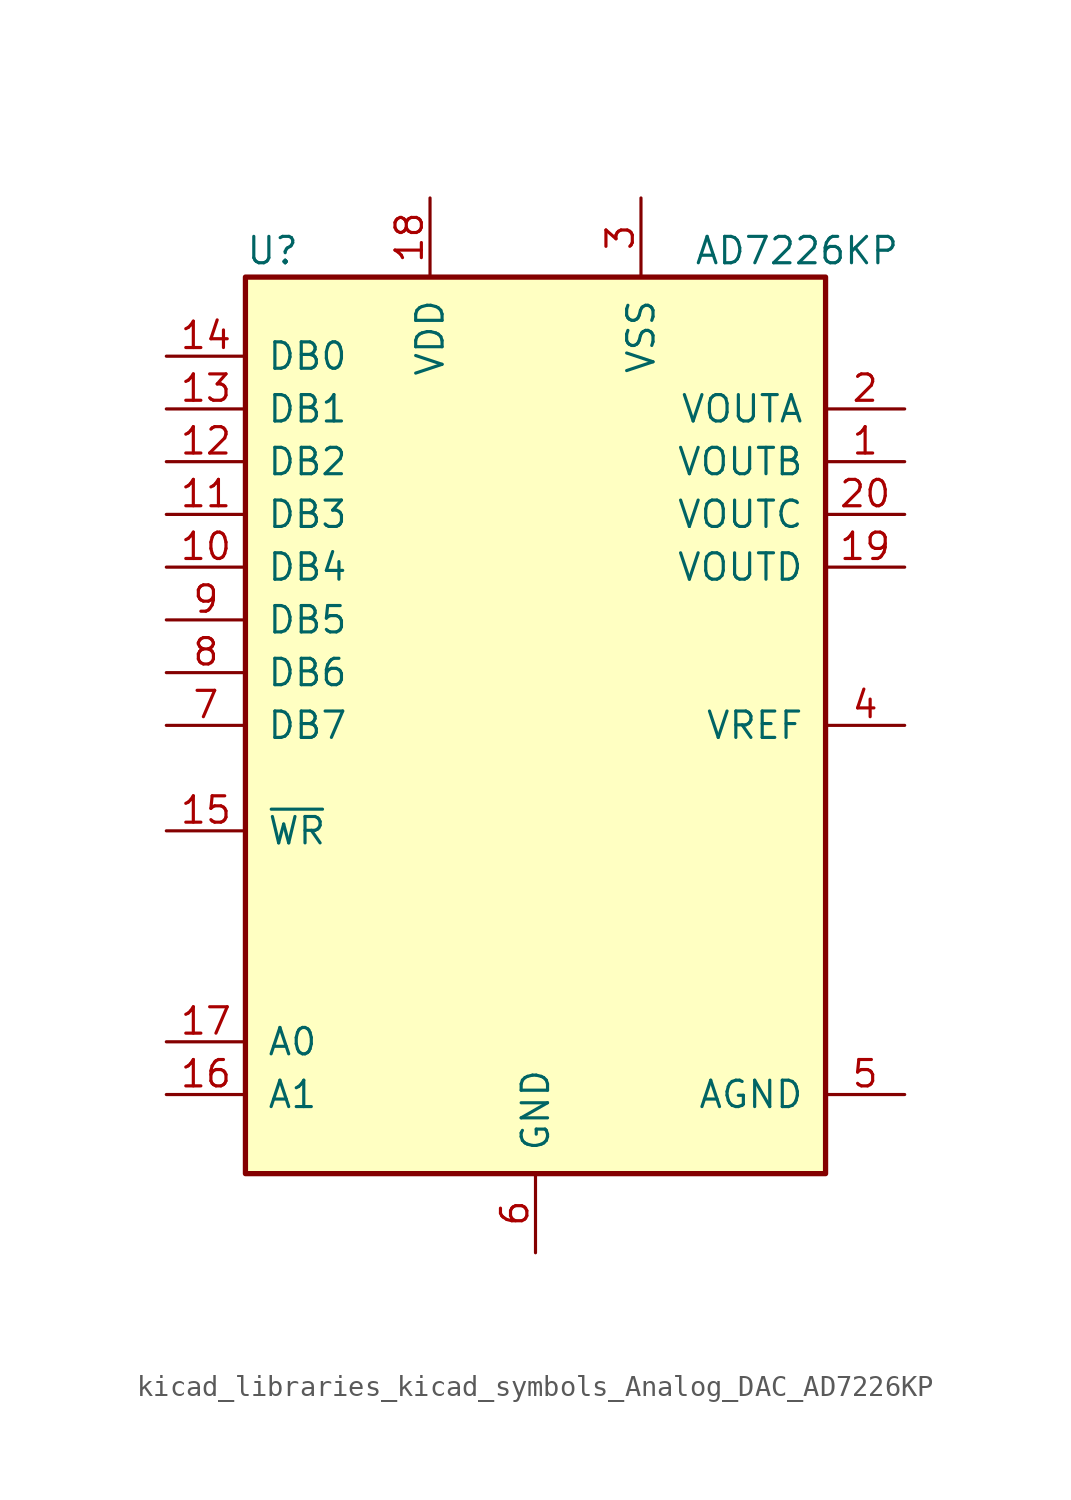
<source format=kicad_sym>
(kicad_symbol_lib
  (version 20220914)
  (generator kicad_symbol_editor)
  (symbol "kicad_libraries_kicad_symbols_Analog_DAC_AD7226KP"
    (pin_names
      (offset 1.016))
    (property "Reference" "U"
      (at -13.97 22.86 0)
      (effects (font (size 1.27 1.27)) (justify left)))
    (property "Value" "AD7226KP"
      (at 7.62 22.86 0)
      (effects (font (size 1.27 1.27)) (justify left)))
    (symbol "kicad_libraries_kicad_symbols_Analog_DAC_AD7226KP_0_1"
      (rectangle (start -13.97 -21.59) (end 13.97 21.59) (stroke (width 0.254) (type default)) (fill (type background))))
    (symbol "kicad_libraries_kicad_symbols_Analog_DAC_AD7226KP_1_1"
      (pin output line (at 17.78 12.7 180) (length 3.81) (name "VOUTB" (effects (font (size 1.27 1.27)))) (number "1" (effects (font (size 1.27 1.27)))))
      (pin input line (at -17.78 7.62 0) (length 3.81) (name "DB4" (effects (font (size 1.27 1.27)))) (number "10" (effects (font (size 1.27 1.27)))))
      (pin input line (at -17.78 10.16 0) (length 3.81) (name "DB3" (effects (font (size 1.27 1.27)))) (number "11" (effects (font (size 1.27 1.27)))))
      (pin input line (at -17.78 12.7 0) (length 3.81) (name "DB2" (effects (font (size 1.27 1.27)))) (number "12" (effects (font (size 1.27 1.27)))))
      (pin input line (at -17.78 15.24 0) (length 3.81) (name "DB1" (effects (font (size 1.27 1.27)))) (number "13" (effects (font (size 1.27 1.27)))))
      (pin input line (at -17.78 17.78 0) (length 3.81) (name "DB0" (effects (font (size 1.27 1.27)))) (number "14" (effects (font (size 1.27 1.27)))))
      (pin input line (at -17.78 -5.08 0) (length 3.81) (name "~{WR}" (effects (font (size 1.27 1.27)))) (number "15" (effects (font (size 1.27 1.27)))))
      (pin input line (at -17.78 -17.78 0) (length 3.81) (name "A1" (effects (font (size 1.27 1.27)))) (number "16" (effects (font (size 1.27 1.27)))))
      (pin input line (at -17.78 -15.24 0) (length 3.81) (name "A0" (effects (font (size 1.27 1.27)))) (number "17" (effects (font (size 1.27 1.27)))))
      (pin power_in line (at -5.08 25.4 270) (length 3.81) (name "VDD" (effects (font (size 1.27 1.27)))) (number "18" (effects (font (size 1.27 1.27)))))
      (pin output line (at 17.78 7.62 180) (length 3.81) (name "VOUTD" (effects (font (size 1.27 1.27)))) (number "19" (effects (font (size 1.27 1.27)))))
      (pin output line (at 17.78 15.24 180) (length 3.81) (name "VOUTA" (effects (font (size 1.27 1.27)))) (number "2" (effects (font (size 1.27 1.27)))))
      (pin output line (at 17.78 10.16 180) (length 3.81) (name "VOUTC" (effects (font (size 1.27 1.27)))) (number "20" (effects (font (size 1.27 1.27)))))
      (pin power_in line (at 5.08 25.4 270) (length 3.81) (name "VSS" (effects (font (size 1.27 1.27)))) (number "3" (effects (font (size 1.27 1.27)))))
      (pin input line (at 17.78 0 180) (length 3.81) (name "VREF" (effects (font (size 1.27 1.27)))) (number "4" (effects (font (size 1.27 1.27)))))
      (pin input line (at 17.78 -17.78 180) (length 3.81) (name "AGND" (effects (font (size 1.27 1.27)))) (number "5" (effects (font (size 1.27 1.27)))))
      (pin power_in line (at 0 -25.4 90) (length 3.81) (name "GND" (effects (font (size 1.27 1.27)))) (number "6" (effects (font (size 1.27 1.27)))))
      (pin input line (at -17.78 0 0) (length 3.81) (name "DB7" (effects (font (size 1.27 1.27)))) (number "7" (effects (font (size 1.27 1.27)))))
      (pin input line (at -17.78 2.54 0) (length 3.81) (name "DB6" (effects (font (size 1.27 1.27)))) (number "8" (effects (font (size 1.27 1.27)))))
      (pin input line (at -17.78 5.08 0) (length 3.81) (name "DB5" (effects (font (size 1.27 1.27)))) (number "9" (effects (font (size 1.27 1.27))))))))
</source>
